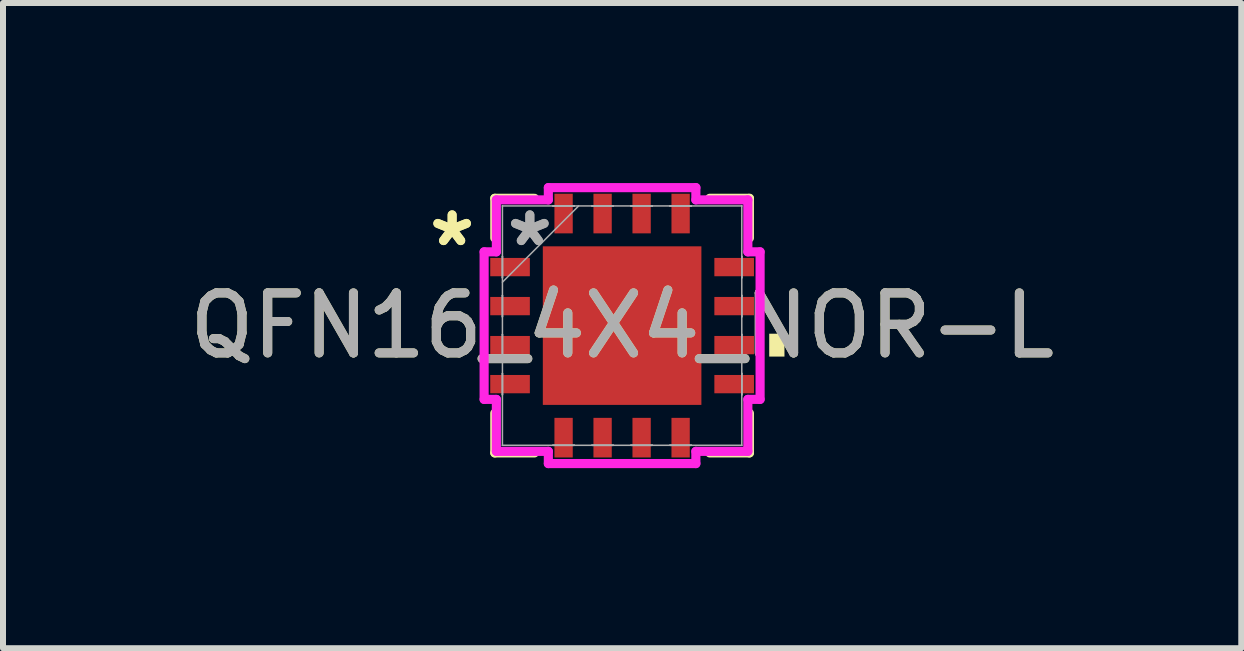
<source format=kicad_pcb>
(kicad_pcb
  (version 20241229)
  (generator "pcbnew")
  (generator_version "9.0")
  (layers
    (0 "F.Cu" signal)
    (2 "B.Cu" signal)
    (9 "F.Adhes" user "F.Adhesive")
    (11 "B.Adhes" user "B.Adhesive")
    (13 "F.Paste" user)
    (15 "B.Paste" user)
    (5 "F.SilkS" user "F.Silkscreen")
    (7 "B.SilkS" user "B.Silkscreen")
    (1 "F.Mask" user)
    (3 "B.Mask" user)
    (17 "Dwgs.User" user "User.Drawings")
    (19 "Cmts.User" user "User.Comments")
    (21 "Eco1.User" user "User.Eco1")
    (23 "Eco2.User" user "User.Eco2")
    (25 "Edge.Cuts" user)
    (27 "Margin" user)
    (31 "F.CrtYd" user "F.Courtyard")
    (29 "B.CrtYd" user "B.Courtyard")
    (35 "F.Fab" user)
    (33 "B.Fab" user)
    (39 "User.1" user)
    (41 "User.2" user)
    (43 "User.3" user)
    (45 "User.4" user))
  (footprint "QFN16_4X4_NOR-L"
    (layer "F.Cu")
    (at 7.315 2.375)
    (property "Reference" "QFN16_4X4_NOR-L" (at 0 0 0) (unlocked yes) (layer "F.SilkS") (effects (font (size 1 1) (thickness 0.15))))
    (attr smd)
    (fp_line (start -2.121 -2.121) (end -2.121 -1.46) (stroke (width 0.152) (type solid)) (layer "F.SilkS"))
    (fp_line (start -2.121 1.46) (end -2.121 2.121) (stroke (width 0.152) (type solid)) (layer "F.SilkS"))
    (fp_line (start -2.121 2.121) (end -1.46 2.121) (stroke (width 0.152) (type solid)) (layer "F.SilkS"))
    (fp_line (start -1.46 -2.121) (end -2.121 -2.121) (stroke (width 0.152) (type solid)) (layer "F.SilkS"))
    (fp_line (start 1.46 2.121) (end 2.121 2.121) (stroke (width 0.152) (type solid)) (layer "F.SilkS"))
    (fp_line (start 2.121 -2.121) (end 1.46 -2.121) (stroke (width 0.152) (type solid)) (layer "F.SilkS"))
    (fp_line (start 2.121 -1.46) (end 2.121 -2.121) (stroke (width 0.152) (type solid)) (layer "F.SilkS"))
    (fp_line (start 2.121 2.121) (end 2.121 1.46) (stroke (width 0.152) (type solid)) (layer "F.SilkS"))
    (fp_poly (pts (xy 2.705 0.135) (xy 2.705 0.516) (xy 2.451 0.516) (xy 2.451 0.135)) (stroke (width 0) (type solid)) (fill yes) (layer "F.SilkS"))
    (fp_poly (pts (xy -1.221 -1.221) (xy -1.221 -0.1) (xy -0.1 -0.1) (xy -0.1 -1.221)) (stroke (width 0) (type solid)) (fill yes) (layer "F.Paste"))
    (fp_poly (pts (xy -1.221 0.1) (xy -1.221 1.221) (xy -0.1 1.221) (xy -0.1 0.1)) (stroke (width 0) (type solid)) (fill yes) (layer "F.Paste"))
    (fp_poly (pts (xy 0.1 -1.221) (xy 0.1 -0.1) (xy 1.221 -0.1) (xy 1.221 -1.221)) (stroke (width 0) (type solid)) (fill yes) (layer "F.Paste"))
    (fp_poly (pts (xy 0.1 0.1) (xy 0.1 1.221) (xy 1.221 1.221) (xy 1.221 0.1)) (stroke (width 0) (type solid)) (fill yes) (layer "F.Paste"))
    (fp_line (start -2.299 -1.229) (end -2.095 -1.229) (stroke (width 0.152) (type solid)) (layer "F.CrtYd"))
    (fp_line (start -2.299 1.229) (end -2.299 -1.229) (stroke (width 0.152) (type solid)) (layer "F.CrtYd"))
    (fp_line (start -2.095 -2.095) (end -1.229 -2.095) (stroke (width 0.152) (type solid)) (layer "F.CrtYd"))
    (fp_line (start -2.095 -1.229) (end -2.095 -2.095) (stroke (width 0.152) (type solid)) (layer "F.CrtYd"))
    (fp_line (start -2.095 1.229) (end -2.299 1.229) (stroke (width 0.152) (type solid)) (layer "F.CrtYd"))
    (fp_line (start -2.095 2.095) (end -2.095 1.229) (stroke (width 0.152) (type solid)) (layer "F.CrtYd"))
    (fp_line (start -1.229 -2.299) (end 1.229 -2.299) (stroke (width 0.152) (type solid)) (layer "F.CrtYd"))
    (fp_line (start -1.229 -2.095) (end -1.229 -2.299) (stroke (width 0.152) (type solid)) (layer "F.CrtYd"))
    (fp_line (start -1.229 2.095) (end -2.095 2.095) (stroke (width 0.152) (type solid)) (layer "F.CrtYd"))
    (fp_line (start -1.229 2.299) (end -1.229 2.095) (stroke (width 0.152) (type solid)) (layer "F.CrtYd"))
    (fp_line (start 1.229 -2.299) (end 1.229 -2.095) (stroke (width 0.152) (type solid)) (layer "F.CrtYd"))
    (fp_line (start 1.229 -2.095) (end 2.095 -2.095) (stroke (width 0.152) (type solid)) (layer "F.CrtYd"))
    (fp_line (start 1.229 2.095) (end 1.229 2.299) (stroke (width 0.152) (type solid)) (layer "F.CrtYd"))
    (fp_line (start 1.229 2.299) (end -1.229 2.299) (stroke (width 0.152) (type solid)) (layer "F.CrtYd"))
    (fp_line (start 2.095 -2.095) (end 2.095 -1.229) (stroke (width 0.152) (type solid)) (layer "F.CrtYd"))
    (fp_line (start 2.095 -1.229) (end 2.299 -1.229) (stroke (width 0.152) (type solid)) (layer "F.CrtYd"))
    (fp_line (start 2.095 1.229) (end 2.095 2.095) (stroke (width 0.152) (type solid)) (layer "F.CrtYd"))
    (fp_line (start 2.095 2.095) (end 1.229 2.095) (stroke (width 0.152) (type solid)) (layer "F.CrtYd"))
    (fp_line (start 2.299 -1.229) (end 2.299 1.229) (stroke (width 0.152) (type solid)) (layer "F.CrtYd"))
    (fp_line (start 2.299 1.229) (end 2.095 1.229) (stroke (width 0.152) (type solid)) (layer "F.CrtYd"))
    (fp_line (start -1.994 -1.994) (end -1.994 -1.994) (stroke (width 0.025) (type solid)) (layer "F.Fab"))
    (fp_line (start -1.994 -1.994) (end -1.994 1.994) (stroke (width 0.025) (type solid)) (layer "F.Fab"))
    (fp_line (start -1.994 -1.153) (end -1.994 -1.153) (stroke (width 0.025) (type solid)) (layer "F.Fab"))
    (fp_line (start -1.994 -1.153) (end -1.994 -0.797) (stroke (width 0.025) (type solid)) (layer "F.Fab"))
    (fp_line (start -1.994 -0.797) (end -1.994 -1.153) (stroke (width 0.025) (type solid)) (layer "F.Fab"))
    (fp_line (start -1.994 -0.797) (end -1.994 -0.797) (stroke (width 0.025) (type solid)) (layer "F.Fab"))
    (fp_line (start -1.994 -0.724) (end -0.724 -1.994) (stroke (width 0.025) (type solid)) (layer "F.Fab"))
    (fp_line (start -1.994 -0.503) (end -1.994 -0.503) (stroke (width 0.025) (type solid)) (layer "F.Fab"))
    (fp_line (start -1.994 -0.503) (end -1.994 -0.147) (stroke (width 0.025) (type solid)) (layer "F.Fab"))
    (fp_line (start -1.994 -0.147) (end -1.994 -0.503) (stroke (width 0.025) (type solid)) (layer "F.Fab"))
    (fp_line (start -1.994 -0.147) (end -1.994 -0.147) (stroke (width 0.025) (type solid)) (layer "F.Fab"))
    (fp_line (start -1.994 0.147) (end -1.994 0.147) (stroke (width 0.025) (type solid)) (layer "F.Fab"))
    (fp_line (start -1.994 0.147) (end -1.994 0.503) (stroke (width 0.025) (type solid)) (layer "F.Fab"))
    (fp_line (start -1.994 0.503) (end -1.994 0.147) (stroke (width 0.025) (type solid)) (layer "F.Fab"))
    (fp_line (start -1.994 0.503) (end -1.994 0.503) (stroke (width 0.025) (type solid)) (layer "F.Fab"))
    (fp_line (start -1.994 0.797) (end -1.994 0.797) (stroke (width 0.025) (type solid)) (layer "F.Fab"))
    (fp_line (start -1.994 0.797) (end -1.994 1.153) (stroke (width 0.025) (type solid)) (layer "F.Fab"))
    (fp_line (start -1.994 1.153) (end -1.994 0.797) (stroke (width 0.025) (type solid)) (layer "F.Fab"))
    (fp_line (start -1.994 1.153) (end -1.994 1.153) (stroke (width 0.025) (type solid)) (layer "F.Fab"))
    (fp_line (start -1.994 1.994) (end -1.994 1.994) (stroke (width 0.025) (type solid)) (layer "F.Fab"))
    (fp_line (start -1.994 1.994) (end 1.994 1.994) (stroke (width 0.025) (type solid)) (layer "F.Fab"))
    (fp_line (start -1.153 -1.994) (end -1.153 -1.994) (stroke (width 0.025) (type solid)) (layer "F.Fab"))
    (fp_line (start -1.153 -1.994) (end -0.797 -1.994) (stroke (width 0.025) (type solid)) (layer "F.Fab"))
    (fp_line (start -1.153 1.994) (end -1.153 1.994) (stroke (width 0.025) (type solid)) (layer "F.Fab"))
    (fp_line (start -1.153 1.994) (end -0.797 1.994) (stroke (width 0.025) (type solid)) (layer "F.Fab"))
    (fp_line (start -0.797 -1.994) (end -1.153 -1.994) (stroke (width 0.025) (type solid)) (layer "F.Fab"))
    (fp_line (start -0.797 -1.994) (end -0.797 -1.994) (stroke (width 0.025) (type solid)) (layer "F.Fab"))
    (fp_line (start -0.797 1.994) (end -1.153 1.994) (stroke (width 0.025) (type solid)) (layer "F.Fab"))
    (fp_line (start -0.797 1.994) (end -0.797 1.994) (stroke (width 0.025) (type solid)) (layer "F.Fab"))
    (fp_line (start -0.503 -1.994) (end -0.503 -1.994) (stroke (width 0.025) (type solid)) (layer "F.Fab"))
    (fp_line (start -0.503 -1.994) (end -0.147 -1.994) (stroke (width 0.025) (type solid)) (layer "F.Fab"))
    (fp_line (start -0.503 1.994) (end -0.503 1.994) (stroke (width 0.025) (type solid)) (layer "F.Fab"))
    (fp_line (start -0.503 1.994) (end -0.147 1.994) (stroke (width 0.025) (type solid)) (layer "F.Fab"))
    (fp_line (start -0.147 -1.994) (end -0.503 -1.994) (stroke (width 0.025) (type solid)) (layer "F.Fab"))
    (fp_line (start -0.147 -1.994) (end -0.147 -1.994) (stroke (width 0.025) (type solid)) (layer "F.Fab"))
    (fp_line (start -0.147 1.994) (end -0.503 1.994) (stroke (width 0.025) (type solid)) (layer "F.Fab"))
    (fp_line (start -0.147 1.994) (end -0.147 1.994) (stroke (width 0.025) (type solid)) (layer "F.Fab"))
    (fp_line (start 0.147 -1.994) (end 0.147 -1.994) (stroke (width 0.025) (type solid)) (layer "F.Fab"))
    (fp_line (start 0.147 -1.994) (end 0.503 -1.994) (stroke (width 0.025) (type solid)) (layer "F.Fab"))
    (fp_line (start 0.147 1.994) (end 0.147 1.994) (stroke (width 0.025) (type solid)) (layer "F.Fab"))
    (fp_line (start 0.147 1.994) (end 0.503 1.994) (stroke (width 0.025) (type solid)) (layer "F.Fab"))
    (fp_line (start 0.503 -1.994) (end 0.147 -1.994) (stroke (width 0.025) (type solid)) (layer "F.Fab"))
    (fp_line (start 0.503 -1.994) (end 0.503 -1.994) (stroke (width 0.025) (type solid)) (layer "F.Fab"))
    (fp_line (start 0.503 1.994) (end 0.147 1.994) (stroke (width 0.025) (type solid)) (layer "F.Fab"))
    (fp_line (start 0.503 1.994) (end 0.503 1.994) (stroke (width 0.025) (type solid)) (layer "F.Fab"))
    (fp_line (start 0.797 -1.994) (end 0.797 -1.994) (stroke (width 0.025) (type solid)) (layer "F.Fab"))
    (fp_line (start 0.797 -1.994) (end 1.153 -1.994) (stroke (width 0.025) (type solid)) (layer "F.Fab"))
    (fp_line (start 0.797 1.994) (end 0.797 1.994) (stroke (width 0.025) (type solid)) (layer "F.Fab"))
    (fp_line (start 0.797 1.994) (end 1.153 1.994) (stroke (width 0.025) (type solid)) (layer "F.Fab"))
    (fp_line (start 1.153 -1.994) (end 0.797 -1.994) (stroke (width 0.025) (type solid)) (layer "F.Fab"))
    (fp_line (start 1.153 -1.994) (end 1.153 -1.994) (stroke (width 0.025) (type solid)) (layer "F.Fab"))
    (fp_line (start 1.153 1.994) (end 0.797 1.994) (stroke (width 0.025) (type solid)) (layer "F.Fab"))
    (fp_line (start 1.153 1.994) (end 1.153 1.994) (stroke (width 0.025) (type solid)) (layer "F.Fab"))
    (fp_line (start 1.994 -1.994) (end -1.994 -1.994) (stroke (width 0.025) (type solid)) (layer "F.Fab"))
    (fp_line (start 1.994 -1.994) (end 1.994 -1.994) (stroke (width 0.025) (type solid)) (layer "F.Fab"))
    (fp_line (start 1.994 -1.153) (end 1.994 -1.153) (stroke (width 0.025) (type solid)) (layer "F.Fab"))
    (fp_line (start 1.994 -1.153) (end 1.994 -0.797) (stroke (width 0.025) (type solid)) (layer "F.Fab"))
    (fp_line (start 1.994 -0.797) (end 1.994 -1.153) (stroke (width 0.025) (type solid)) (layer "F.Fab"))
    (fp_line (start 1.994 -0.797) (end 1.994 -0.797) (stroke (width 0.025) (type solid)) (layer "F.Fab"))
    (fp_line (start 1.994 -0.503) (end 1.994 -0.503) (stroke (width 0.025) (type solid)) (layer "F.Fab"))
    (fp_line (start 1.994 -0.503) (end 1.994 -0.147) (stroke (width 0.025) (type solid)) (layer "F.Fab"))
    (fp_line (start 1.994 -0.147) (end 1.994 -0.503) (stroke (width 0.025) (type solid)) (layer "F.Fab"))
    (fp_line (start 1.994 -0.147) (end 1.994 -0.147) (stroke (width 0.025) (type solid)) (layer "F.Fab"))
    (fp_line (start 1.994 0.147) (end 1.994 0.147) (stroke (width 0.025) (type solid)) (layer "F.Fab"))
    (fp_line (start 1.994 0.147) (end 1.994 0.503) (stroke (width 0.025) (type solid)) (layer "F.Fab"))
    (fp_line (start 1.994 0.503) (end 1.994 0.147) (stroke (width 0.025) (type solid)) (layer "F.Fab"))
    (fp_line (start 1.994 0.503) (end 1.994 0.503) (stroke (width 0.025) (type solid)) (layer "F.Fab"))
    (fp_line (start 1.994 0.797) (end 1.994 0.797) (stroke (width 0.025) (type solid)) (layer "F.Fab"))
    (fp_line (start 1.994 0.797) (end 1.994 1.153) (stroke (width 0.025) (type solid)) (layer "F.Fab"))
    (fp_line (start 1.994 1.153) (end 1.994 0.797) (stroke (width 0.025) (type solid)) (layer "F.Fab"))
    (fp_line (start 1.994 1.153) (end 1.994 1.153) (stroke (width 0.025) (type solid)) (layer "F.Fab"))
    (fp_line (start 1.994 1.994) (end 1.994 -1.994) (stroke (width 0.025) (type solid)) (layer "F.Fab"))
    (fp_line (start 1.994 1.994) (end 1.994 1.994) (stroke (width 0.025) (type solid)) (layer "F.Fab"))
    (fp_text user "*" (at -2.832 -1.3 0) (layer "F.SilkS") (effects (font (size 1 1) (thickness 0.15))))
    (fp_text user "*" (at -2.832 -1.3 0) (unlocked yes) (layer "F.SilkS") (effects (font (size 1 1) (thickness 0.15))))
    (fp_text user "*" (at -1.537 -1.3 0) (layer "F.Fab") (effects (font (size 1 1) (thickness 0.15))))
    (fp_text user "*" (at -1.537 -1.3 0) (unlocked yes) (layer "F.Fab") (effects (font (size 1 1) (thickness 0.15))))
    (fp_text user "${REFERENCE}" (at 0 0 0) (unlocked yes) (layer "F.Fab") (effects (font (size 1 1) (thickness 0.15))))
    (pad "1" smd rect (at -1.867 -0.975 90) (size 0.305 0.66) (layers "F.Cu" "F.Mask" "F.Paste"))
    (pad "2" smd rect (at -1.867 -0.325 90) (size 0.305 0.66) (layers "F.Cu" "F.Mask" "F.Paste"))
    (pad "3" smd rect (at -1.867 0.325 90) (size 0.305 0.66) (layers "F.Cu" "F.Mask" "F.Paste"))
    (pad "4" smd rect (at -1.867 0.975 90) (size 0.305 0.66) (layers "F.Cu" "F.Mask" "F.Paste"))
    (pad "5" smd rect (at -0.975 1.867) (size 0.305 0.66) (layers "F.Cu" "F.Mask" "F.Paste"))
    (pad "6" smd rect (at -0.325 1.867) (size 0.305 0.66) (layers "F.Cu" "F.Mask" "F.Paste"))
    (pad "7" smd rect (at 0.325 1.867) (size 0.305 0.66) (layers "F.Cu" "F.Mask" "F.Paste"))
    (pad "8" smd rect (at 0.975 1.867) (size 0.305 0.66) (layers "F.Cu" "F.Mask" "F.Paste"))
    (pad "9" smd rect (at 1.867 0.975 90) (size 0.305 0.66) (layers "F.Cu" "F.Mask" "F.Paste"))
    (pad "10" smd rect (at 1.867 0.325 90) (size 0.305 0.66) (layers "F.Cu" "F.Mask" "F.Paste"))
    (pad "11" smd rect (at 1.867 -0.325 90) (size 0.305 0.66) (layers "F.Cu" "F.Mask" "F.Paste"))
    (pad "12" smd rect (at 1.867 -0.975 90) (size 0.305 0.66) (layers "F.Cu" "F.Mask" "F.Paste"))
    (pad "13" smd rect (at 0.975 -1.867) (size 0.305 0.66) (layers "F.Cu" "F.Mask" "F.Paste"))
    (pad "14" smd rect (at 0.325 -1.867) (size 0.305 0.66) (layers "F.Cu" "F.Mask" "F.Paste"))
    (pad "15" smd rect (at -0.325 -1.867) (size 0.305 0.66) (layers "F.Cu" "F.Mask" "F.Paste"))
    (pad "16" smd rect (at -0.975 -1.867) (size 0.305 0.66) (layers "F.Cu" "F.Mask" "F.Paste"))
    (pad "17" smd rect (at 0 0) (size 2.642 2.642) (layers "F.Cu" "F.Mask" "F.Paste")))
  (gr_rect
    (start -3 -3)
    (end 17.631 7.75)
    (stroke (width 0.1) (type default))
    (fill no)
    (layer "Edge.Cuts")))
</source>
